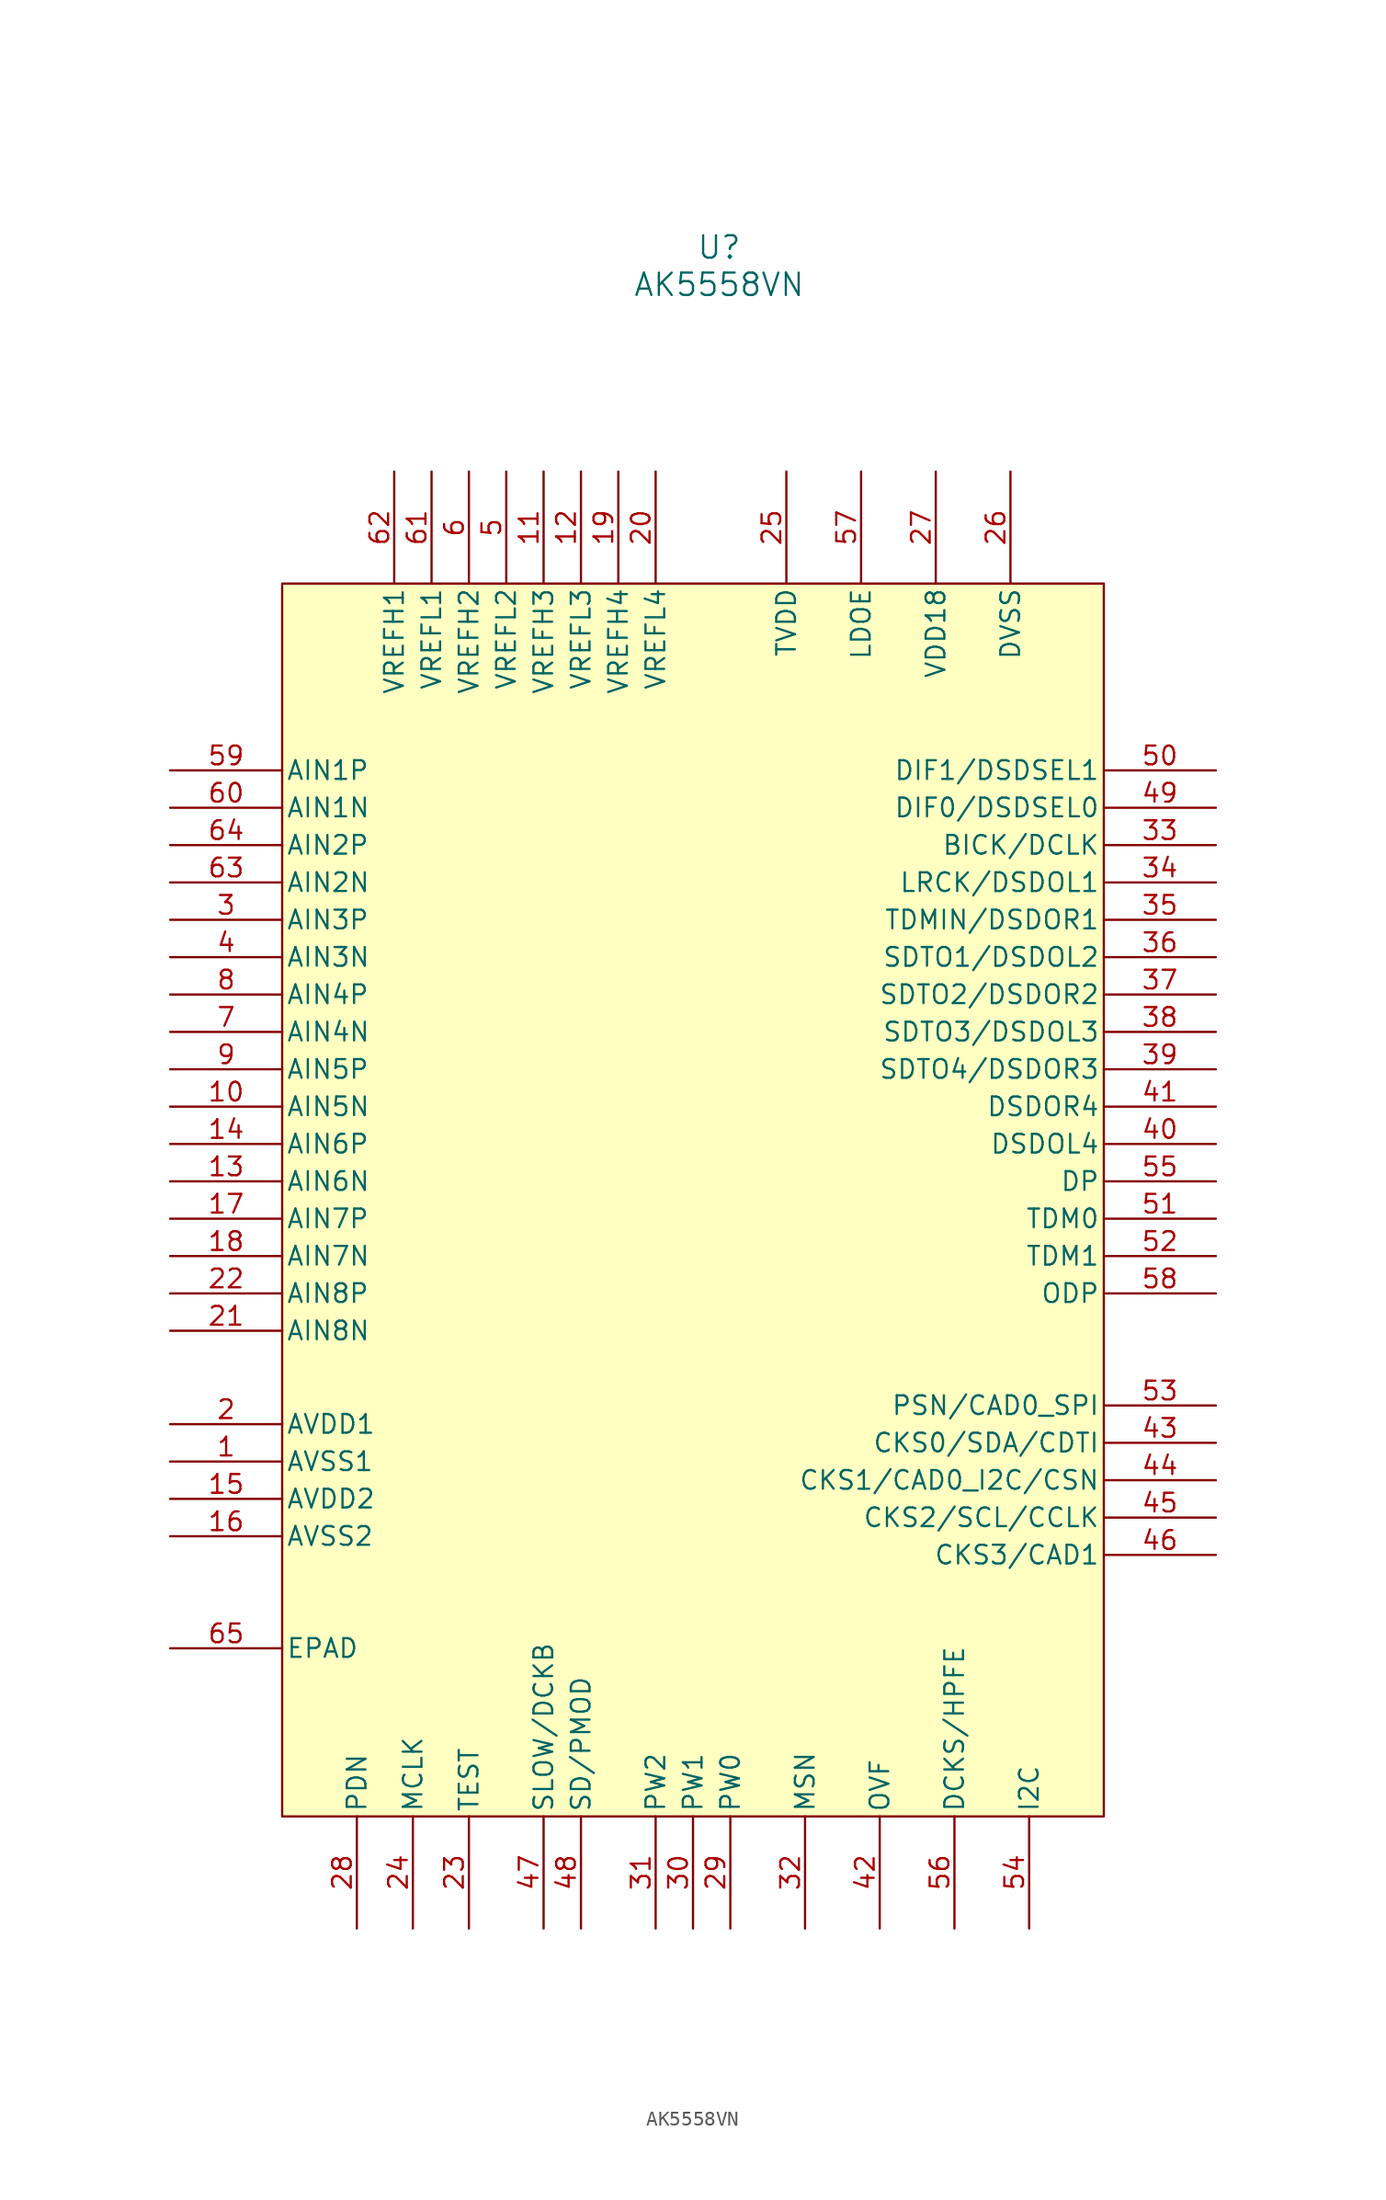
<source format=kicad_sym>
(kicad_symbol_lib
  (version 20241209)
  (generator "kicad_symbol_editor")
  (generator_version "9.0")
  (symbol "AK5558VN"
    (pin_names
      (offset 0.254))
    (property "Reference" "U"
      (at 37.338 35.56 0)
      (effects (font (size 1.524 1.524))))
    (property "Value" "AK5558VN"
      (at 37.338 33.02 0)
      (effects (font (size 1.524 1.524))))
    (property "ki_locked" ""
      (at 0 0 0)
      (effects (font (size 1.27 1.27))))
    (symbol "AK5558VN_0_1"
      (pin input line (at 0 0 0) (length 7.62) (name "AIN1P" (effects (font (size 1.27 1.27)))) (number "59" (effects (font (size 1.27 1.27)))))
      (pin input line (at 0 -2.54 0) (length 7.62) (name "AIN1N" (effects (font (size 1.27 1.27)))) (number "60" (effects (font (size 1.27 1.27)))))
      (pin input line (at 0 -5.08 0) (length 7.62) (name "AIN2P" (effects (font (size 1.27 1.27)))) (number "64" (effects (font (size 1.27 1.27)))))
      (pin input line (at 0 -7.62 0) (length 7.62) (name "AIN2N" (effects (font (size 1.27 1.27)))) (number "63" (effects (font (size 1.27 1.27)))))
      (pin input line (at 0 -10.16 0) (length 7.62) (name "AIN3P" (effects (font (size 1.27 1.27)))) (number "3" (effects (font (size 1.27 1.27)))))
      (pin input line (at 0 -12.7 0) (length 7.62) (name "AIN3N" (effects (font (size 1.27 1.27)))) (number "4" (effects (font (size 1.27 1.27)))))
      (pin input line (at 0 -15.24 0) (length 7.62) (name "AIN4P" (effects (font (size 1.27 1.27)))) (number "8" (effects (font (size 1.27 1.27)))))
      (pin input line (at 0 -17.78 0) (length 7.62) (name "AIN4N" (effects (font (size 1.27 1.27)))) (number "7" (effects (font (size 1.27 1.27)))))
      (pin input line (at 0 -20.32 0) (length 7.62) (name "AIN5P" (effects (font (size 1.27 1.27)))) (number "9" (effects (font (size 1.27 1.27)))))
      (pin input line (at 0 -22.86 0) (length 7.62) (name "AIN5N" (effects (font (size 1.27 1.27)))) (number "10" (effects (font (size 1.27 1.27)))))
      (pin input line (at 0 -25.4 0) (length 7.62) (name "AIN6P" (effects (font (size 1.27 1.27)))) (number "14" (effects (font (size 1.27 1.27)))))
      (pin input line (at 0 -27.94 0) (length 7.62) (name "AIN6N" (effects (font (size 1.27 1.27)))) (number "13" (effects (font (size 1.27 1.27)))))
      (pin input line (at 0 -30.48 0) (length 7.62) (name "AIN7P" (effects (font (size 1.27 1.27)))) (number "17" (effects (font (size 1.27 1.27)))))
      (pin input line (at 0 -33.02 0) (length 7.62) (name "AIN7N" (effects (font (size 1.27 1.27)))) (number "18" (effects (font (size 1.27 1.27)))))
      (pin input line (at 0 -35.56 0) (length 7.62) (name "AIN8P" (effects (font (size 1.27 1.27)))) (number "22" (effects (font (size 1.27 1.27)))))
      (pin input line (at 0 -38.1 0) (length 7.62) (name "AIN8N" (effects (font (size 1.27 1.27)))) (number "21" (effects (font (size 1.27 1.27)))))
      (pin power_in line (at 0 -44.45 0) (length 7.62) (name "AVDD1" (effects (font (size 1.27 1.27)))) (number "2" (effects (font (size 1.27 1.27)))))
      (pin power_out line (at 0 -46.99 0) (length 7.62) (name "AVSS1" (effects (font (size 1.27 1.27)))) (number "1" (effects (font (size 1.27 1.27)))))
      (pin power_in line (at 0 -49.53 0) (length 7.62) (name "AVDD2" (effects (font (size 1.27 1.27)))) (number "15" (effects (font (size 1.27 1.27)))))
      (pin power_out line (at 0 -52.07 0) (length 7.62) (name "AVSS2" (effects (font (size 1.27 1.27)))) (number "16" (effects (font (size 1.27 1.27)))))
      (pin power_out line (at 0 -59.69 0) (length 7.62) (name "EPAD" (effects (font (size 1.27 1.27)))) (number "65" (effects (font (size 1.27 1.27)))))
      (pin input line (at 12.7 -78.74 90) (length 7.62) (name "PDN" (effects (font (size 1.27 1.27)))) (number "28" (effects (font (size 1.27 1.27)))))
      (pin input line (at 15.24 20.32 270) (length 7.62) (name "VREFH1" (effects (font (size 1.27 1.27)))) (number "62" (effects (font (size 1.27 1.27)))))
      (pin input line (at 16.51 -78.74 90) (length 7.62) (name "MCLK" (effects (font (size 1.27 1.27)))) (number "24" (effects (font (size 1.27 1.27)))))
      (pin input line (at 17.78 20.32 270) (length 7.62) (name "VREFL1" (effects (font (size 1.27 1.27)))) (number "61" (effects (font (size 1.27 1.27)))))
      (pin input line (at 20.32 20.32 270) (length 7.62) (name "VREFH2" (effects (font (size 1.27 1.27)))) (number "6" (effects (font (size 1.27 1.27)))))
      (pin input line (at 20.32 -78.74 90) (length 7.62) (name "TEST" (effects (font (size 1.27 1.27)))) (number "23" (effects (font (size 1.27 1.27)))))
      (pin input line (at 22.86 20.32 270) (length 7.62) (name "VREFL2" (effects (font (size 1.27 1.27)))) (number "5" (effects (font (size 1.27 1.27)))))
      (pin input line (at 25.4 20.32 270) (length 7.62) (name "VREFH3" (effects (font (size 1.27 1.27)))) (number "11" (effects (font (size 1.27 1.27)))))
      (pin input line (at 25.4 -78.74 90) (length 7.62) (name "SLOW/DCKB" (effects (font (size 1.27 1.27)))) (number "47" (effects (font (size 1.27 1.27)))))
      (pin input line (at 27.94 20.32 270) (length 7.62) (name "VREFL3" (effects (font (size 1.27 1.27)))) (number "12" (effects (font (size 1.27 1.27)))))
      (pin input line (at 27.94 -78.74 90) (length 7.62) (name "SD/PMOD" (effects (font (size 1.27 1.27)))) (number "48" (effects (font (size 1.27 1.27)))))
      (pin input line (at 30.48 20.32 270) (length 7.62) (name "VREFH4" (effects (font (size 1.27 1.27)))) (number "19" (effects (font (size 1.27 1.27)))))
      (pin input line (at 33.02 20.32 270) (length 7.62) (name "VREFL4" (effects (font (size 1.27 1.27)))) (number "20" (effects (font (size 1.27 1.27)))))
      (pin input line (at 33.02 -78.74 90) (length 7.62) (name "PW2" (effects (font (size 1.27 1.27)))) (number "31" (effects (font (size 1.27 1.27)))))
      (pin input line (at 35.56 -78.74 90) (length 7.62) (name "PW1" (effects (font (size 1.27 1.27)))) (number "30" (effects (font (size 1.27 1.27)))))
      (pin input line (at 38.1 -78.74 90) (length 7.62) (name "PW0" (effects (font (size 1.27 1.27)))) (number "29" (effects (font (size 1.27 1.27)))))
      (pin power_in line (at 41.91 20.32 270) (length 7.62) (name "TVDD" (effects (font (size 1.27 1.27)))) (number "25" (effects (font (size 1.27 1.27)))))
      (pin input line (at 43.18 -78.74 90) (length 7.62) (name "MSN" (effects (font (size 1.27 1.27)))) (number "32" (effects (font (size 1.27 1.27)))))
      (pin input line (at 46.99 20.32 270) (length 7.62) (name "LDOE" (effects (font (size 1.27 1.27)))) (number "57" (effects (font (size 1.27 1.27)))))
      (pin output line (at 48.26 -78.74 90) (length 7.62) (name "OVF" (effects (font (size 1.27 1.27)))) (number "42" (effects (font (size 1.27 1.27)))))
      (pin bidirectional line (at 52.07 20.32 270) (length 7.62) (name "VDD18" (effects (font (size 1.27 1.27)))) (number "27" (effects (font (size 1.27 1.27)))))
      (pin input line (at 53.34 -78.74 90) (length 7.62) (name "DCKS/HPFE" (effects (font (size 1.27 1.27)))) (number "56" (effects (font (size 1.27 1.27)))))
      (pin power_out line (at 57.15 20.32 270) (length 7.62) (name "DVSS" (effects (font (size 1.27 1.27)))) (number "26" (effects (font (size 1.27 1.27)))))
      (pin input line (at 58.42 -78.74 90) (length 7.62) (name "I2C" (effects (font (size 1.27 1.27)))) (number "54" (effects (font (size 1.27 1.27)))))
      (pin input line (at 71.12 0 180) (length 7.62) (name "DIF1/DSDSEL1" (effects (font (size 1.27 1.27)))) (number "50" (effects (font (size 1.27 1.27)))))
      (pin input line (at 71.12 -2.54 180) (length 7.62) (name "DIF0/DSDSEL0" (effects (font (size 1.27 1.27)))) (number "49" (effects (font (size 1.27 1.27)))))
      (pin bidirectional line (at 71.12 -5.08 180) (length 7.62) (name "BICK/DCLK" (effects (font (size 1.27 1.27)))) (number "33" (effects (font (size 1.27 1.27)))))
      (pin bidirectional line (at 71.12 -7.62 180) (length 7.62) (name "LRCK/DSDOL1" (effects (font (size 1.27 1.27)))) (number "34" (effects (font (size 1.27 1.27)))))
      (pin bidirectional line (at 71.12 -10.16 180) (length 7.62) (name "TDMIN/DSDOR1" (effects (font (size 1.27 1.27)))) (number "35" (effects (font (size 1.27 1.27)))))
      (pin output line (at 71.12 -12.7 180) (length 7.62) (name "SDTO1/DSDOL2" (effects (font (size 1.27 1.27)))) (number "36" (effects (font (size 1.27 1.27)))))
      (pin output line (at 71.12 -15.24 180) (length 7.62) (name "SDTO2/DSDOR2" (effects (font (size 1.27 1.27)))) (number "37" (effects (font (size 1.27 1.27)))))
      (pin output line (at 71.12 -17.78 180) (length 7.62) (name "SDTO3/DSDOL3" (effects (font (size 1.27 1.27)))) (number "38" (effects (font (size 1.27 1.27)))))
      (pin output line (at 71.12 -20.32 180) (length 7.62) (name "SDTO4/DSDOR3" (effects (font (size 1.27 1.27)))) (number "39" (effects (font (size 1.27 1.27)))))
      (pin output line (at 71.12 -22.86 180) (length 7.62) (name "DSDOR4" (effects (font (size 1.27 1.27)))) (number "41" (effects (font (size 1.27 1.27)))))
      (pin output line (at 71.12 -25.4 180) (length 7.62) (name "DSDOL4" (effects (font (size 1.27 1.27)))) (number "40" (effects (font (size 1.27 1.27)))))
      (pin input line (at 71.12 -27.94 180) (length 7.62) (name "DP" (effects (font (size 1.27 1.27)))) (number "55" (effects (font (size 1.27 1.27)))))
      (pin input line (at 71.12 -30.48 180) (length 7.62) (name "TDM0" (effects (font (size 1.27 1.27)))) (number "51" (effects (font (size 1.27 1.27)))))
      (pin input line (at 71.12 -33.02 180) (length 7.62) (name "TDM1" (effects (font (size 1.27 1.27)))) (number "52" (effects (font (size 1.27 1.27)))))
      (pin input line (at 71.12 -35.56 180) (length 7.62) (name "ODP" (effects (font (size 1.27 1.27)))) (number "58" (effects (font (size 1.27 1.27)))))
      (pin input line (at 71.12 -43.18 180) (length 7.62) (name "PSN/CAD0_SPI" (effects (font (size 1.27 1.27)))) (number "53" (effects (font (size 1.27 1.27)))))
      (pin bidirectional line (at 71.12 -45.72 180) (length 7.62) (name "CKS0/SDA/CDTI" (effects (font (size 1.27 1.27)))) (number "43" (effects (font (size 1.27 1.27)))))
      (pin input line (at 71.12 -48.26 180) (length 7.62) (name "CKS1/CAD0_I2C/CSN" (effects (font (size 1.27 1.27)))) (number "44" (effects (font (size 1.27 1.27)))))
      (pin input line (at 71.12 -50.8 180) (length 7.62) (name "CKS2/SCL/CCLK" (effects (font (size 1.27 1.27)))) (number "45" (effects (font (size 1.27 1.27)))))
      (pin input line (at 71.12 -53.34 180) (length 7.62) (name "CKS3/CAD1" (effects (font (size 1.27 1.27)))) (number "46" (effects (font (size 1.27 1.27))))))
    (symbol "AK5558VN_1_1"
      (rectangle (start 7.62 12.7) (end 63.5 -71.12) (stroke (width 0) (type solid)) (fill (type color) (color 255 255 194 1))))))
</source>
